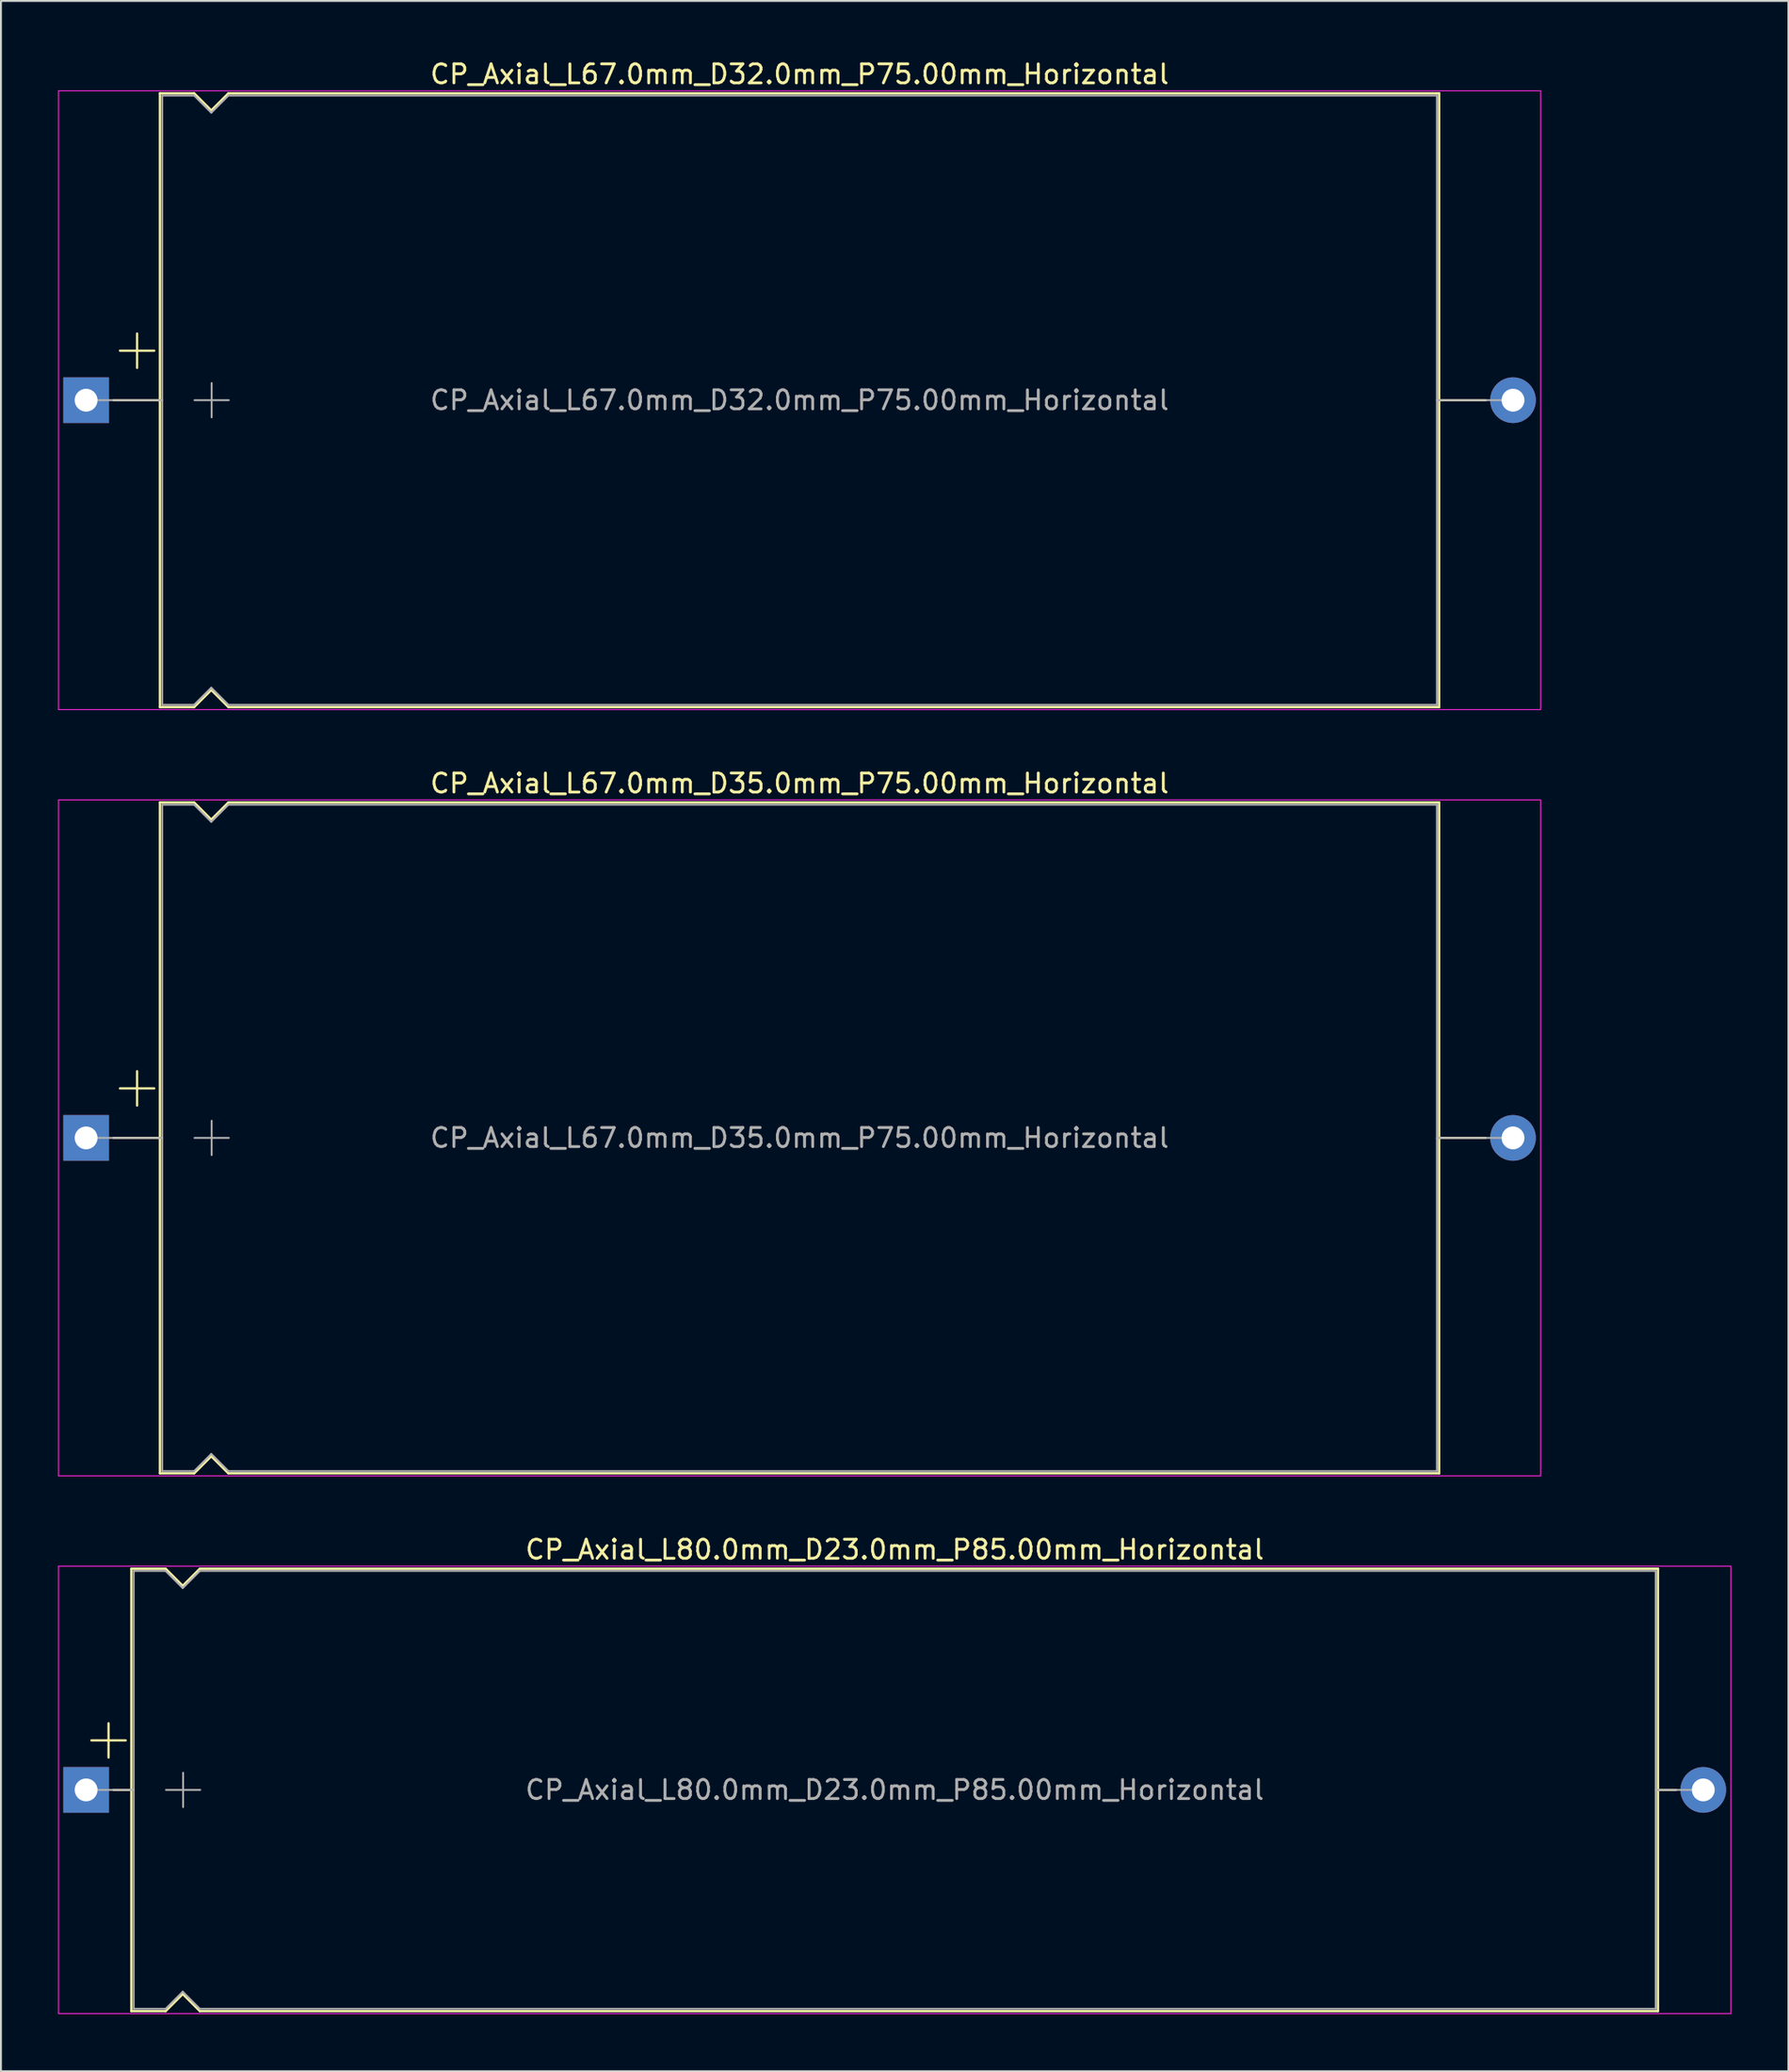
<source format=kicad_pcb>
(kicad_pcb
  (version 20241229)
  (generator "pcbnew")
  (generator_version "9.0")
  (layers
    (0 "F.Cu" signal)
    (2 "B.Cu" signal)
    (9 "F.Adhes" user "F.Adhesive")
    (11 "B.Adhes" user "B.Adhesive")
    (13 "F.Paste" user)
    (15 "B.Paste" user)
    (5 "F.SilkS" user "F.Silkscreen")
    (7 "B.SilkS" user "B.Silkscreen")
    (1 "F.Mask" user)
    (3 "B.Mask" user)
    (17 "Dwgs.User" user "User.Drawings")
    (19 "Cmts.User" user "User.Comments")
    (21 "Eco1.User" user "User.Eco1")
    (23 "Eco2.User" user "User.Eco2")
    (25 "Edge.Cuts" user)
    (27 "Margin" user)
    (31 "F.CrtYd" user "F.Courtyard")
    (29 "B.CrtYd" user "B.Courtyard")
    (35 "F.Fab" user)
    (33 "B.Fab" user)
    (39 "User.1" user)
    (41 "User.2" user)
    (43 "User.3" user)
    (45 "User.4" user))
  (footprint "CP_Axial_L67.0mm_D32.0mm_P75.00mm_Horizontal"
    (layer "F.Cu")
    (at 1.475 17.968)
    (property "Reference" "CP_Axial_L67.0mm_D32.0mm_P75.00mm_Horizontal" (at 37.5 -17.12 0) (layer "F.SilkS") (effects (font (size 1 1) (thickness 0.15))))
    (attr through_hole)
    (fp_line (start 1.44 0) (end 3.88 0) (stroke (width 0.12) (type solid)) (layer "F.SilkS"))
    (fp_line (start 1.78 -2.6) (end 3.58 -2.6) (stroke (width 0.12) (type solid)) (layer "F.SilkS"))
    (fp_line (start 2.68 -3.5) (end 2.68 -1.7) (stroke (width 0.12) (type solid)) (layer "F.SilkS"))
    (fp_line (start 3.88 -16.12) (end 3.88 16.12) (stroke (width 0.12) (type solid)) (layer "F.SilkS"))
    (fp_line (start 3.88 -16.12) (end 5.68 -16.12) (stroke (width 0.12) (type solid)) (layer "F.SilkS"))
    (fp_line (start 3.88 16.12) (end 5.68 16.12) (stroke (width 0.12) (type solid)) (layer "F.SilkS"))
    (fp_line (start 5.68 -16.12) (end 6.58 -15.22) (stroke (width 0.12) (type solid)) (layer "F.SilkS"))
    (fp_line (start 5.68 16.12) (end 6.58 15.22) (stroke (width 0.12) (type solid)) (layer "F.SilkS"))
    (fp_line (start 6.58 -15.22) (end 7.48 -16.12) (stroke (width 0.12) (type solid)) (layer "F.SilkS"))
    (fp_line (start 6.58 15.22) (end 7.48 16.12) (stroke (width 0.12) (type solid)) (layer "F.SilkS"))
    (fp_line (start 7.48 -16.12) (end 71.12 -16.12) (stroke (width 0.12) (type solid)) (layer "F.SilkS"))
    (fp_line (start 7.48 16.12) (end 71.12 16.12) (stroke (width 0.12) (type solid)) (layer "F.SilkS"))
    (fp_line (start 71.12 -16.12) (end 71.12 16.12) (stroke (width 0.12) (type solid)) (layer "F.SilkS"))
    (fp_line (start 73.56 0) (end 71.12 0) (stroke (width 0.12) (type solid)) (layer "F.SilkS"))
    (fp_line (start -1.45 -16.25) (end -1.45 16.25) (stroke (width 0.05) (type solid)) (layer "F.CrtYd"))
    (fp_line (start -1.45 16.25) (end 76.45 16.25) (stroke (width 0.05) (type solid)) (layer "F.CrtYd"))
    (fp_line (start 76.45 -16.25) (end -1.45 -16.25) (stroke (width 0.05) (type solid)) (layer "F.CrtYd"))
    (fp_line (start 76.45 16.25) (end 76.45 -16.25) (stroke (width 0.05) (type solid)) (layer "F.CrtYd"))
    (fp_line (start 0 0) (end 4 0) (stroke (width 0.1) (type solid)) (layer "F.Fab"))
    (fp_line (start 4 -16) (end 4 16) (stroke (width 0.1) (type solid)) (layer "F.Fab"))
    (fp_line (start 4 -16) (end 5.68 -16) (stroke (width 0.1) (type solid)) (layer "F.Fab"))
    (fp_line (start 4 16) (end 5.68 16) (stroke (width 0.1) (type solid)) (layer "F.Fab"))
    (fp_line (start 5.68 -16) (end 6.58 -15.1) (stroke (width 0.1) (type solid)) (layer "F.Fab"))
    (fp_line (start 5.68 16) (end 6.58 15.1) (stroke (width 0.1) (type solid)) (layer "F.Fab"))
    (fp_line (start 5.7 0) (end 7.5 0) (stroke (width 0.1) (type solid)) (layer "F.Fab"))
    (fp_line (start 6.58 -15.1) (end 7.48 -16) (stroke (width 0.1) (type solid)) (layer "F.Fab"))
    (fp_line (start 6.58 15.1) (end 7.48 16) (stroke (width 0.1) (type solid)) (layer "F.Fab"))
    (fp_line (start 6.6 -0.9) (end 6.6 0.9) (stroke (width 0.1) (type solid)) (layer "F.Fab"))
    (fp_line (start 7.48 -16) (end 71 -16) (stroke (width 0.1) (type solid)) (layer "F.Fab"))
    (fp_line (start 7.48 16) (end 71 16) (stroke (width 0.1) (type solid)) (layer "F.Fab"))
    (fp_line (start 71 -16) (end 71 16) (stroke (width 0.1) (type solid)) (layer "F.Fab"))
    (fp_line (start 75 0) (end 71 0) (stroke (width 0.1) (type solid)) (layer "F.Fab"))
    (fp_text user "${REFERENCE}" (at 37.5 0 0) (layer "F.Fab") (effects (font (size 1 1) (thickness 0.15))))
    (pad "1" thru_hole rect (at 0 0) (size 2.4 2.4) (drill 1.2) (layers "*.Cu" "*.Mask"))
    (pad "2" thru_hole oval (at 75 0) (size 2.4 2.4) (drill 1.2) (layers "*.Cu" "*.Mask")))
  (footprint "CP_Axial_L80.0mm_D23.0mm_P85.00mm_Horizontal"
    (layer "F.Cu")
    (at 1.475 90.955)
    (property "Reference" "CP_Axial_L80.0mm_D23.0mm_P85.00mm_Horizontal" (at 42.5 -12.62 0) (layer "F.SilkS") (effects (font (size 1 1) (thickness 0.15))))
    (attr through_hole)
    (fp_line (start 0.28 -2.6) (end 2.08 -2.6) (stroke (width 0.12) (type solid)) (layer "F.SilkS"))
    (fp_line (start 1.18 -3.5) (end 1.18 -1.7) (stroke (width 0.12) (type solid)) (layer "F.SilkS"))
    (fp_line (start 1.44 0) (end 2.38 0) (stroke (width 0.12) (type solid)) (layer "F.SilkS"))
    (fp_line (start 2.38 -11.62) (end 2.38 11.62) (stroke (width 0.12) (type solid)) (layer "F.SilkS"))
    (fp_line (start 2.38 -11.62) (end 4.18 -11.62) (stroke (width 0.12) (type solid)) (layer "F.SilkS"))
    (fp_line (start 2.38 11.62) (end 4.18 11.62) (stroke (width 0.12) (type solid)) (layer "F.SilkS"))
    (fp_line (start 4.18 -11.62) (end 5.08 -10.72) (stroke (width 0.12) (type solid)) (layer "F.SilkS"))
    (fp_line (start 4.18 11.62) (end 5.08 10.72) (stroke (width 0.12) (type solid)) (layer "F.SilkS"))
    (fp_line (start 5.08 -10.72) (end 5.98 -11.62) (stroke (width 0.12) (type solid)) (layer "F.SilkS"))
    (fp_line (start 5.08 10.72) (end 5.98 11.62) (stroke (width 0.12) (type solid)) (layer "F.SilkS"))
    (fp_line (start 5.98 -11.62) (end 82.62 -11.62) (stroke (width 0.12) (type solid)) (layer "F.SilkS"))
    (fp_line (start 5.98 11.62) (end 82.62 11.62) (stroke (width 0.12) (type solid)) (layer "F.SilkS"))
    (fp_line (start 82.62 -11.62) (end 82.62 11.62) (stroke (width 0.12) (type solid)) (layer "F.SilkS"))
    (fp_line (start 83.56 0) (end 82.62 0) (stroke (width 0.12) (type solid)) (layer "F.SilkS"))
    (fp_line (start -1.45 -11.75) (end -1.45 11.75) (stroke (width 0.05) (type solid)) (layer "F.CrtYd"))
    (fp_line (start -1.45 11.75) (end 86.45 11.75) (stroke (width 0.05) (type solid)) (layer "F.CrtYd"))
    (fp_line (start 86.45 -11.75) (end -1.45 -11.75) (stroke (width 0.05) (type solid)) (layer "F.CrtYd"))
    (fp_line (start 86.45 11.75) (end 86.45 -11.75) (stroke (width 0.05) (type solid)) (layer "F.CrtYd"))
    (fp_line (start 0 0) (end 2.5 0) (stroke (width 0.1) (type solid)) (layer "F.Fab"))
    (fp_line (start 2.5 -11.5) (end 2.5 11.5) (stroke (width 0.1) (type solid)) (layer "F.Fab"))
    (fp_line (start 2.5 -11.5) (end 4.18 -11.5) (stroke (width 0.1) (type solid)) (layer "F.Fab"))
    (fp_line (start 2.5 11.5) (end 4.18 11.5) (stroke (width 0.1) (type solid)) (layer "F.Fab"))
    (fp_line (start 4.18 -11.5) (end 5.08 -10.6) (stroke (width 0.1) (type solid)) (layer "F.Fab"))
    (fp_line (start 4.18 11.5) (end 5.08 10.6) (stroke (width 0.1) (type solid)) (layer "F.Fab"))
    (fp_line (start 4.2 0) (end 6 0) (stroke (width 0.1) (type solid)) (layer "F.Fab"))
    (fp_line (start 5.08 -10.6) (end 5.98 -11.5) (stroke (width 0.1) (type solid)) (layer "F.Fab"))
    (fp_line (start 5.08 10.6) (end 5.98 11.5) (stroke (width 0.1) (type solid)) (layer "F.Fab"))
    (fp_line (start 5.1 -0.9) (end 5.1 0.9) (stroke (width 0.1) (type solid)) (layer "F.Fab"))
    (fp_line (start 5.98 -11.5) (end 82.5 -11.5) (stroke (width 0.1) (type solid)) (layer "F.Fab"))
    (fp_line (start 5.98 11.5) (end 82.5 11.5) (stroke (width 0.1) (type solid)) (layer "F.Fab"))
    (fp_line (start 82.5 -11.5) (end 82.5 11.5) (stroke (width 0.1) (type solid)) (layer "F.Fab"))
    (fp_line (start 85 0) (end 82.5 0) (stroke (width 0.1) (type solid)) (layer "F.Fab"))
    (fp_text user "${REFERENCE}" (at 42.5 0 0) (layer "F.Fab") (effects (font (size 1 1) (thickness 0.15))))
    (pad "1" thru_hole rect (at 0 0) (size 2.4 2.4) (drill 1.2) (layers "*.Cu" "*.Mask"))
    (pad "2" thru_hole oval (at 85 0) (size 2.4 2.4) (drill 1.2) (layers "*.Cu" "*.Mask")))
  (footprint "CP_Axial_L67.0mm_D35.0mm_P75.00mm_Horizontal"
    (layer "F.Cu")
    (at 1.475 56.712)
    (property "Reference" "CP_Axial_L67.0mm_D35.0mm_P75.00mm_Horizontal" (at 37.5 -18.62 0) (layer "F.SilkS") (effects (font (size 1 1) (thickness 0.15))))
    (attr through_hole)
    (fp_line (start 1.44 0) (end 3.88 0) (stroke (width 0.12) (type solid)) (layer "F.SilkS"))
    (fp_line (start 1.78 -2.6) (end 3.58 -2.6) (stroke (width 0.12) (type solid)) (layer "F.SilkS"))
    (fp_line (start 2.68 -3.5) (end 2.68 -1.7) (stroke (width 0.12) (type solid)) (layer "F.SilkS"))
    (fp_line (start 3.88 -17.62) (end 3.88 17.62) (stroke (width 0.12) (type solid)) (layer "F.SilkS"))
    (fp_line (start 3.88 -17.62) (end 5.68 -17.62) (stroke (width 0.12) (type solid)) (layer "F.SilkS"))
    (fp_line (start 3.88 17.62) (end 5.68 17.62) (stroke (width 0.12) (type solid)) (layer "F.SilkS"))
    (fp_line (start 5.68 -17.62) (end 6.58 -16.72) (stroke (width 0.12) (type solid)) (layer "F.SilkS"))
    (fp_line (start 5.68 17.62) (end 6.58 16.72) (stroke (width 0.12) (type solid)) (layer "F.SilkS"))
    (fp_line (start 6.58 -16.72) (end 7.48 -17.62) (stroke (width 0.12) (type solid)) (layer "F.SilkS"))
    (fp_line (start 6.58 16.72) (end 7.48 17.62) (stroke (width 0.12) (type solid)) (layer "F.SilkS"))
    (fp_line (start 7.48 -17.62) (end 71.12 -17.62) (stroke (width 0.12) (type solid)) (layer "F.SilkS"))
    (fp_line (start 7.48 17.62) (end 71.12 17.62) (stroke (width 0.12) (type solid)) (layer "F.SilkS"))
    (fp_line (start 71.12 -17.62) (end 71.12 17.62) (stroke (width 0.12) (type solid)) (layer "F.SilkS"))
    (fp_line (start 73.56 0) (end 71.12 0) (stroke (width 0.12) (type solid)) (layer "F.SilkS"))
    (fp_line (start -1.45 -17.75) (end -1.45 17.75) (stroke (width 0.05) (type solid)) (layer "F.CrtYd"))
    (fp_line (start -1.45 17.75) (end 76.45 17.75) (stroke (width 0.05) (type solid)) (layer "F.CrtYd"))
    (fp_line (start 76.45 -17.75) (end -1.45 -17.75) (stroke (width 0.05) (type solid)) (layer "F.CrtYd"))
    (fp_line (start 76.45 17.75) (end 76.45 -17.75) (stroke (width 0.05) (type solid)) (layer "F.CrtYd"))
    (fp_line (start 0 0) (end 4 0) (stroke (width 0.1) (type solid)) (layer "F.Fab"))
    (fp_line (start 4 -17.5) (end 4 17.5) (stroke (width 0.1) (type solid)) (layer "F.Fab"))
    (fp_line (start 4 -17.5) (end 5.68 -17.5) (stroke (width 0.1) (type solid)) (layer "F.Fab"))
    (fp_line (start 4 17.5) (end 5.68 17.5) (stroke (width 0.1) (type solid)) (layer "F.Fab"))
    (fp_line (start 5.68 -17.5) (end 6.58 -16.6) (stroke (width 0.1) (type solid)) (layer "F.Fab"))
    (fp_line (start 5.68 17.5) (end 6.58 16.6) (stroke (width 0.1) (type solid)) (layer "F.Fab"))
    (fp_line (start 5.7 0) (end 7.5 0) (stroke (width 0.1) (type solid)) (layer "F.Fab"))
    (fp_line (start 6.58 -16.6) (end 7.48 -17.5) (stroke (width 0.1) (type solid)) (layer "F.Fab"))
    (fp_line (start 6.58 16.6) (end 7.48 17.5) (stroke (width 0.1) (type solid)) (layer "F.Fab"))
    (fp_line (start 6.6 -0.9) (end 6.6 0.9) (stroke (width 0.1) (type solid)) (layer "F.Fab"))
    (fp_line (start 7.48 -17.5) (end 71 -17.5) (stroke (width 0.1) (type solid)) (layer "F.Fab"))
    (fp_line (start 7.48 17.5) (end 71 17.5) (stroke (width 0.1) (type solid)) (layer "F.Fab"))
    (fp_line (start 71 -17.5) (end 71 17.5) (stroke (width 0.1) (type solid)) (layer "F.Fab"))
    (fp_line (start 75 0) (end 71 0) (stroke (width 0.1) (type solid)) (layer "F.Fab"))
    (fp_text user "${REFERENCE}" (at 37.5 0 0) (layer "F.Fab") (effects (font (size 1 1) (thickness 0.15))))
    (pad "1" thru_hole rect (at 0 0) (size 2.4 2.4) (drill 1.2) (layers "*.Cu" "*.Mask"))
    (pad "2" thru_hole oval (at 75 0) (size 2.4 2.4) (drill 1.2) (layers "*.Cu" "*.Mask")))
  (gr_rect
    (start -3 -3)
    (end 90.95 105.73)
    (stroke (width 0.1) (type default))
    (fill no)
    (layer "Edge.Cuts")))
</source>
